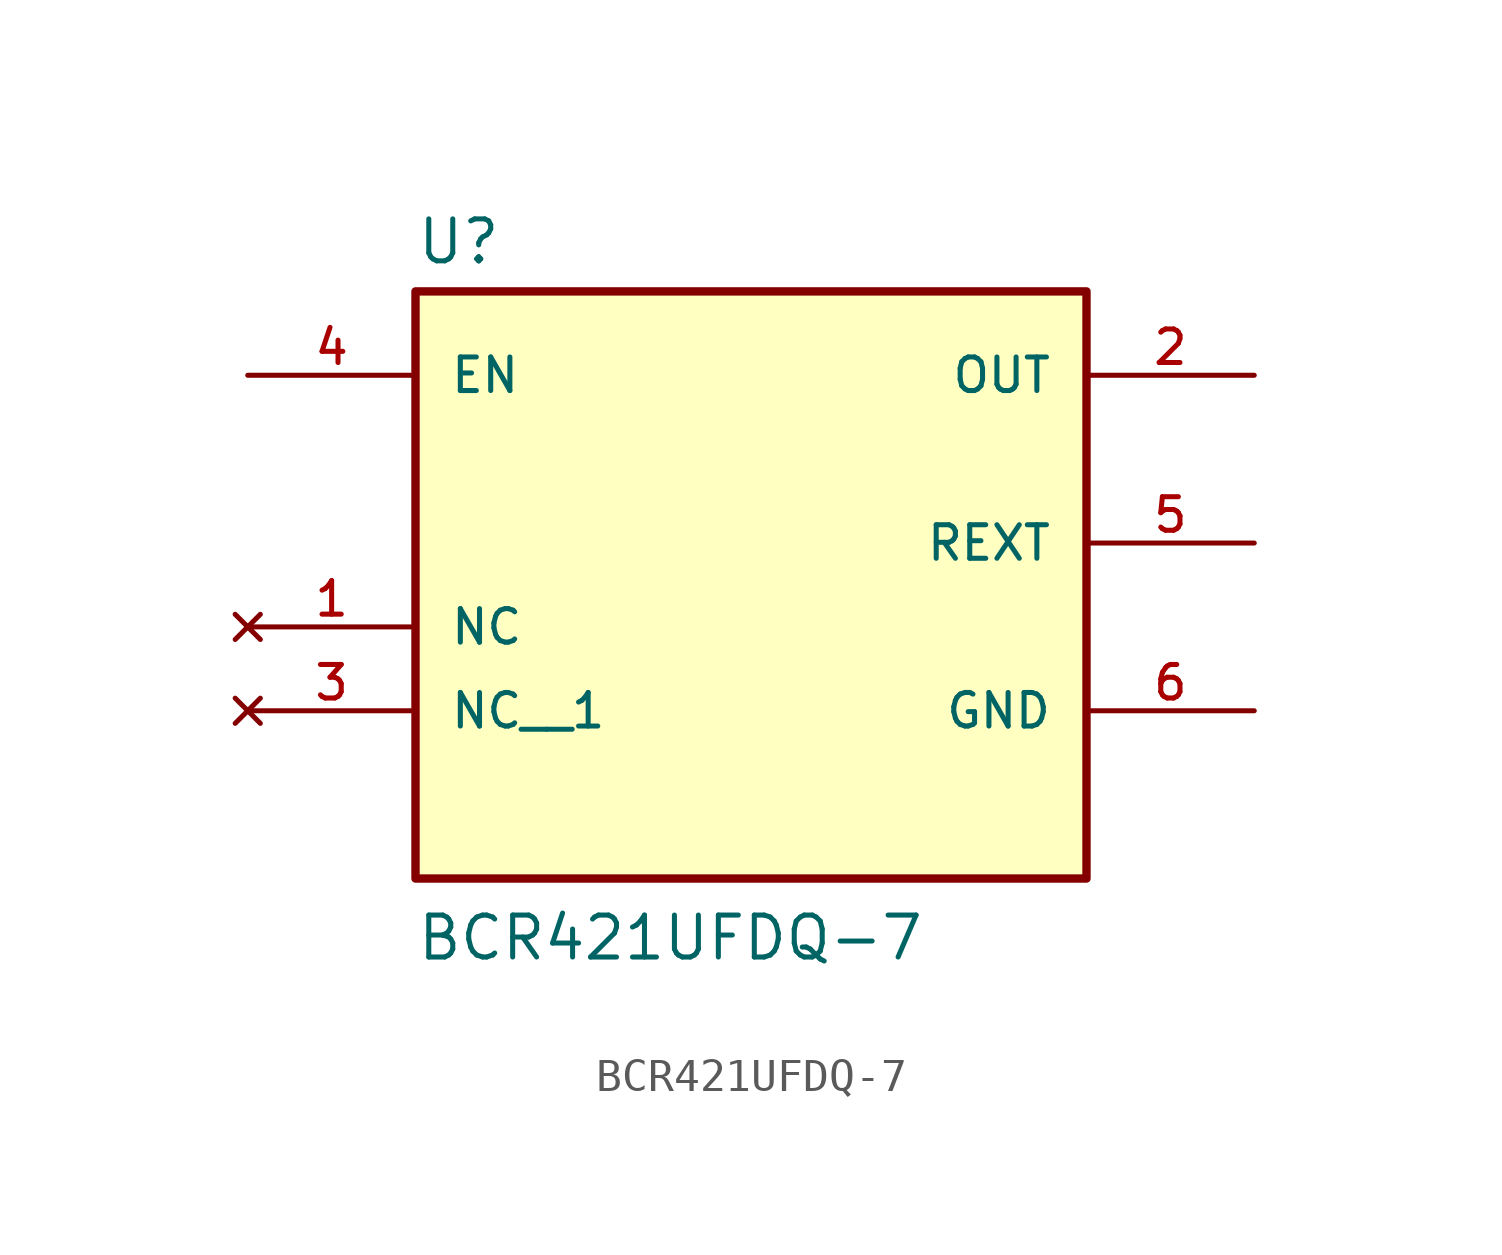
<source format=kicad_sym>
(kicad_symbol_lib
  (version 20211014)
  (generator kicad_symbol_editor)
  (symbol "BCR421UFDQ-7"
    (pin_names
      (offset 1.016))
    (property "Reference" "U"
      (at -10.16 8.382 0)
      (effects (font (size 1.27 1.27)) (justify bottom left)))
    (property "Value" "BCR421UFDQ-7"
      (at -10.16 -12.7 0)
      (effects (font (size 1.27 1.27)) (justify bottom left)))
    (symbol "BCR421UFDQ-7_0_0"
      (rectangle (start -10.16 -10.16) (end 10.16 7.62) (stroke (width 0.254)) (fill (type background)))
      (pin output line (at 15.24 5.08 180.0) (length 5.08) (name "OUT" (effects (font (size 1.016 1.016)))) (number "2" (effects (font (size 1.016 1.016)))))
      (pin input line (at -15.24 5.08 0) (length 5.08) (name "EN" (effects (font (size 1.016 1.016)))) (number "4" (effects (font (size 1.016 1.016)))))
      (pin passive line (at 15.24 0.0 180.0) (length 5.08) (name "REXT" (effects (font (size 1.016 1.016)))) (number "5" (effects (font (size 1.016 1.016)))))
      (pin power_in line (at 15.24 -5.08 180.0) (length 5.08) (name "GND" (effects (font (size 1.016 1.016)))) (number "6" (effects (font (size 1.016 1.016)))))
      (pin no_connect line (at -15.24 -2.54 0) (length 5.08) (name "NC" (effects (font (size 1.016 1.016)))) (number "1" (effects (font (size 1.016 1.016)))))
      (pin no_connect line (at -15.24 -5.08 0) (length 5.08) (name "NC__1" (effects (font (size 1.016 1.016)))) (number "3" (effects (font (size 1.016 1.016))))))))
</source>
